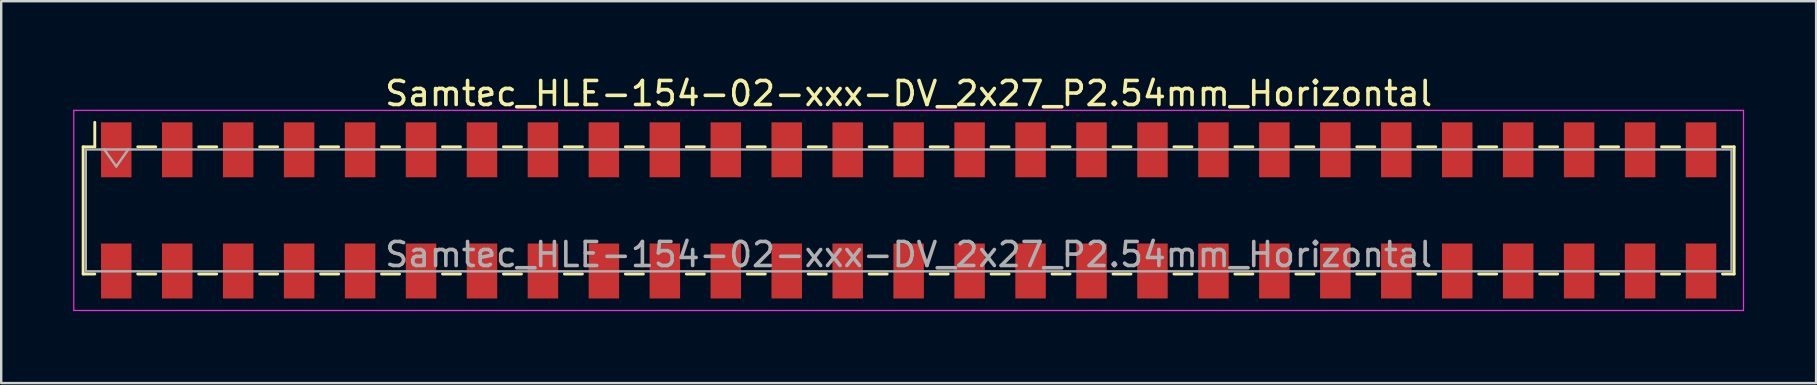
<source format=kicad_pcb>
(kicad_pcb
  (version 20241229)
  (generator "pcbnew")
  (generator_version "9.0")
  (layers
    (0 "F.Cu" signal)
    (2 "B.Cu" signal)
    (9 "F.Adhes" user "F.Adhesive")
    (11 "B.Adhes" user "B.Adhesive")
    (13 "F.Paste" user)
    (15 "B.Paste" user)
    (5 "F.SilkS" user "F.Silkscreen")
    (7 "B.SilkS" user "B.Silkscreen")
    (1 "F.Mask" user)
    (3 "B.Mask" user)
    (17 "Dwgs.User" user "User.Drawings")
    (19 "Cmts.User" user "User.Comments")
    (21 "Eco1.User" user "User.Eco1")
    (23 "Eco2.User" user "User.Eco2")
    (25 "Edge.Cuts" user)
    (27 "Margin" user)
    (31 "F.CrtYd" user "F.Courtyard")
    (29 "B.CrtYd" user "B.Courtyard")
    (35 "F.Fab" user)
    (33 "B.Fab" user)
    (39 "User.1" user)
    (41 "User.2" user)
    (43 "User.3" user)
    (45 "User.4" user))
  (footprint "Samtec_HLE-154-02-xxx-DV_2x27_P2.54mm_Horizontal"
    (layer "F.Cu")
    (at 34.815 5.718)
    (property "Reference" "Samtec_HLE-154-02-xxx-DV_2x27_P2.54mm_Horizontal" (at 0 -4.87 0) (layer "F.SilkS") (effects (font (size 1 1) (thickness 0.15))))
    (attr smd)
    (fp_line (start -34.4 -2.65) (end -34.4 2.65) (stroke (width 0.12) (type solid)) (layer "F.SilkS"))
    (fp_line (start -34.4 2.65) (end -33.915 2.65) (stroke (width 0.12) (type solid)) (layer "F.SilkS"))
    (fp_line (start -33.915 -3.67) (end -33.915 -2.65) (stroke (width 0.12) (type solid)) (layer "F.SilkS"))
    (fp_line (start -33.915 -2.65) (end -34.4 -2.65) (stroke (width 0.12) (type solid)) (layer "F.SilkS"))
    (fp_line (start -32.125 -2.65) (end -31.375 -2.65) (stroke (width 0.12) (type solid)) (layer "F.SilkS"))
    (fp_line (start -32.125 2.65) (end -31.375 2.65) (stroke (width 0.12) (type solid)) (layer "F.SilkS"))
    (fp_line (start -29.585 -2.65) (end -28.835 -2.65) (stroke (width 0.12) (type solid)) (layer "F.SilkS"))
    (fp_line (start -29.585 2.65) (end -28.835 2.65) (stroke (width 0.12) (type solid)) (layer "F.SilkS"))
    (fp_line (start -27.045 -2.65) (end -26.295 -2.65) (stroke (width 0.12) (type solid)) (layer "F.SilkS"))
    (fp_line (start -27.045 2.65) (end -26.295 2.65) (stroke (width 0.12) (type solid)) (layer "F.SilkS"))
    (fp_line (start -24.505 -2.65) (end -23.755 -2.65) (stroke (width 0.12) (type solid)) (layer "F.SilkS"))
    (fp_line (start -24.505 2.65) (end -23.755 2.65) (stroke (width 0.12) (type solid)) (layer "F.SilkS"))
    (fp_line (start -21.965 -2.65) (end -21.215 -2.65) (stroke (width 0.12) (type solid)) (layer "F.SilkS"))
    (fp_line (start -21.965 2.65) (end -21.215 2.65) (stroke (width 0.12) (type solid)) (layer "F.SilkS"))
    (fp_line (start -19.425 -2.65) (end -18.675 -2.65) (stroke (width 0.12) (type solid)) (layer "F.SilkS"))
    (fp_line (start -19.425 2.65) (end -18.675 2.65) (stroke (width 0.12) (type solid)) (layer "F.SilkS"))
    (fp_line (start -16.885 -2.65) (end -16.135 -2.65) (stroke (width 0.12) (type solid)) (layer "F.SilkS"))
    (fp_line (start -16.885 2.65) (end -16.135 2.65) (stroke (width 0.12) (type solid)) (layer "F.SilkS"))
    (fp_line (start -14.345 -2.65) (end -13.595 -2.65) (stroke (width 0.12) (type solid)) (layer "F.SilkS"))
    (fp_line (start -14.345 2.65) (end -13.595 2.65) (stroke (width 0.12) (type solid)) (layer "F.SilkS"))
    (fp_line (start -11.805 -2.65) (end -11.055 -2.65) (stroke (width 0.12) (type solid)) (layer "F.SilkS"))
    (fp_line (start -11.805 2.65) (end -11.055 2.65) (stroke (width 0.12) (type solid)) (layer "F.SilkS"))
    (fp_line (start -9.265 -2.65) (end -8.515 -2.65) (stroke (width 0.12) (type solid)) (layer "F.SilkS"))
    (fp_line (start -9.265 2.65) (end -8.515 2.65) (stroke (width 0.12) (type solid)) (layer "F.SilkS"))
    (fp_line (start -6.725 -2.65) (end -5.975 -2.65) (stroke (width 0.12) (type solid)) (layer "F.SilkS"))
    (fp_line (start -6.725 2.65) (end -5.975 2.65) (stroke (width 0.12) (type solid)) (layer "F.SilkS"))
    (fp_line (start -4.185 -2.65) (end -3.435 -2.65) (stroke (width 0.12) (type solid)) (layer "F.SilkS"))
    (fp_line (start -4.185 2.65) (end -3.435 2.65) (stroke (width 0.12) (type solid)) (layer "F.SilkS"))
    (fp_line (start -1.645 -2.65) (end -0.895 -2.65) (stroke (width 0.12) (type solid)) (layer "F.SilkS"))
    (fp_line (start -1.645 2.65) (end -0.895 2.65) (stroke (width 0.12) (type solid)) (layer "F.SilkS"))
    (fp_line (start 0.895 -2.65) (end 1.645 -2.65) (stroke (width 0.12) (type solid)) (layer "F.SilkS"))
    (fp_line (start 0.895 2.65) (end 1.645 2.65) (stroke (width 0.12) (type solid)) (layer "F.SilkS"))
    (fp_line (start 3.435 -2.65) (end 4.185 -2.65) (stroke (width 0.12) (type solid)) (layer "F.SilkS"))
    (fp_line (start 3.435 2.65) (end 4.185 2.65) (stroke (width 0.12) (type solid)) (layer "F.SilkS"))
    (fp_line (start 5.975 -2.65) (end 6.725 -2.65) (stroke (width 0.12) (type solid)) (layer "F.SilkS"))
    (fp_line (start 5.975 2.65) (end 6.725 2.65) (stroke (width 0.12) (type solid)) (layer "F.SilkS"))
    (fp_line (start 8.515 -2.65) (end 9.265 -2.65) (stroke (width 0.12) (type solid)) (layer "F.SilkS"))
    (fp_line (start 8.515 2.65) (end 9.265 2.65) (stroke (width 0.12) (type solid)) (layer "F.SilkS"))
    (fp_line (start 11.055 -2.65) (end 11.805 -2.65) (stroke (width 0.12) (type solid)) (layer "F.SilkS"))
    (fp_line (start 11.055 2.65) (end 11.805 2.65) (stroke (width 0.12) (type solid)) (layer "F.SilkS"))
    (fp_line (start 13.595 -2.65) (end 14.345 -2.65) (stroke (width 0.12) (type solid)) (layer "F.SilkS"))
    (fp_line (start 13.595 2.65) (end 14.345 2.65) (stroke (width 0.12) (type solid)) (layer "F.SilkS"))
    (fp_line (start 16.135 -2.65) (end 16.885 -2.65) (stroke (width 0.12) (type solid)) (layer "F.SilkS"))
    (fp_line (start 16.135 2.65) (end 16.885 2.65) (stroke (width 0.12) (type solid)) (layer "F.SilkS"))
    (fp_line (start 18.675 -2.65) (end 19.425 -2.65) (stroke (width 0.12) (type solid)) (layer "F.SilkS"))
    (fp_line (start 18.675 2.65) (end 19.425 2.65) (stroke (width 0.12) (type solid)) (layer "F.SilkS"))
    (fp_line (start 21.215 -2.65) (end 21.965 -2.65) (stroke (width 0.12) (type solid)) (layer "F.SilkS"))
    (fp_line (start 21.215 2.65) (end 21.965 2.65) (stroke (width 0.12) (type solid)) (layer "F.SilkS"))
    (fp_line (start 23.755 -2.65) (end 24.505 -2.65) (stroke (width 0.12) (type solid)) (layer "F.SilkS"))
    (fp_line (start 23.755 2.65) (end 24.505 2.65) (stroke (width 0.12) (type solid)) (layer "F.SilkS"))
    (fp_line (start 26.295 -2.65) (end 27.045 -2.65) (stroke (width 0.12) (type solid)) (layer "F.SilkS"))
    (fp_line (start 26.295 2.65) (end 27.045 2.65) (stroke (width 0.12) (type solid)) (layer "F.SilkS"))
    (fp_line (start 28.835 -2.65) (end 29.585 -2.65) (stroke (width 0.12) (type solid)) (layer "F.SilkS"))
    (fp_line (start 28.835 2.65) (end 29.585 2.65) (stroke (width 0.12) (type solid)) (layer "F.SilkS"))
    (fp_line (start 31.375 -2.65) (end 32.125 -2.65) (stroke (width 0.12) (type solid)) (layer "F.SilkS"))
    (fp_line (start 31.375 2.65) (end 32.125 2.65) (stroke (width 0.12) (type solid)) (layer "F.SilkS"))
    (fp_line (start 33.915 -2.65) (end 34.4 -2.65) (stroke (width 0.12) (type solid)) (layer "F.SilkS"))
    (fp_line (start 34.4 -2.65) (end 34.4 2.65) (stroke (width 0.12) (type solid)) (layer "F.SilkS"))
    (fp_line (start 34.4 2.65) (end 33.915 2.65) (stroke (width 0.12) (type solid)) (layer "F.SilkS"))
    (fp_line (start -34.79 -4.17) (end 34.79 -4.17) (stroke (width 0.05) (type solid)) (layer "F.CrtYd"))
    (fp_line (start -34.79 4.17) (end -34.79 -4.17) (stroke (width 0.05) (type solid)) (layer "F.CrtYd"))
    (fp_line (start 34.79 -4.17) (end 34.79 4.17) (stroke (width 0.05) (type solid)) (layer "F.CrtYd"))
    (fp_line (start 34.79 4.17) (end -34.79 4.17) (stroke (width 0.05) (type solid)) (layer "F.CrtYd"))
    (fp_line (start -34.29 -2.54) (end 34.29 -2.54) (stroke (width 0.1) (type solid)) (layer "F.Fab"))
    (fp_line (start -34.29 2.54) (end -34.29 -2.54) (stroke (width 0.1) (type solid)) (layer "F.Fab"))
    (fp_line (start -33.52 -2.54) (end -33.02 -1.833) (stroke (width 0.1) (type solid)) (layer "F.Fab"))
    (fp_line (start -33.02 -1.833) (end -32.52 -2.54) (stroke (width 0.1) (type solid)) (layer "F.Fab"))
    (fp_line (start 34.29 -2.54) (end 34.29 2.54) (stroke (width 0.1) (type solid)) (layer "F.Fab"))
    (fp_line (start 34.29 2.54) (end -34.29 2.54) (stroke (width 0.1) (type solid)) (layer "F.Fab"))
    (fp_text user "${REFERENCE}" (at 0 1.84 0) (layer "F.Fab") (effects (font (size 1 1) (thickness 0.15))))
    (pad "1" smd rect (at -33.02 -2.525) (size 1.27 2.29) (layers "F.Cu" "F.Mask" "F.Paste"))
    (pad "2" smd rect (at -33.02 2.525) (size 1.27 2.29) (layers "F.Cu" "F.Mask" "F.Paste"))
    (pad "3" smd rect (at -30.48 -2.525) (size 1.27 2.29) (layers "F.Cu" "F.Mask" "F.Paste"))
    (pad "4" smd rect (at -30.48 2.525) (size 1.27 2.29) (layers "F.Cu" "F.Mask" "F.Paste"))
    (pad "5" smd rect (at -27.94 -2.525) (size 1.27 2.29) (layers "F.Cu" "F.Mask" "F.Paste"))
    (pad "6" smd rect (at -27.94 2.525) (size 1.27 2.29) (layers "F.Cu" "F.Mask" "F.Paste"))
    (pad "7" smd rect (at -25.4 -2.525) (size 1.27 2.29) (layers "F.Cu" "F.Mask" "F.Paste"))
    (pad "8" smd rect (at -25.4 2.525) (size 1.27 2.29) (layers "F.Cu" "F.Mask" "F.Paste"))
    (pad "9" smd rect (at -22.86 -2.525) (size 1.27 2.29) (layers "F.Cu" "F.Mask" "F.Paste"))
    (pad "10" smd rect (at -22.86 2.525) (size 1.27 2.29) (layers "F.Cu" "F.Mask" "F.Paste"))
    (pad "11" smd rect (at -20.32 -2.525) (size 1.27 2.29) (layers "F.Cu" "F.Mask" "F.Paste"))
    (pad "12" smd rect (at -20.32 2.525) (size 1.27 2.29) (layers "F.Cu" "F.Mask" "F.Paste"))
    (pad "13" smd rect (at -17.78 -2.525) (size 1.27 2.29) (layers "F.Cu" "F.Mask" "F.Paste"))
    (pad "14" smd rect (at -17.78 2.525) (size 1.27 2.29) (layers "F.Cu" "F.Mask" "F.Paste"))
    (pad "15" smd rect (at -15.24 -2.525) (size 1.27 2.29) (layers "F.Cu" "F.Mask" "F.Paste"))
    (pad "16" smd rect (at -15.24 2.525) (size 1.27 2.29) (layers "F.Cu" "F.Mask" "F.Paste"))
    (pad "17" smd rect (at -12.7 -2.525) (size 1.27 2.29) (layers "F.Cu" "F.Mask" "F.Paste"))
    (pad "18" smd rect (at -12.7 2.525) (size 1.27 2.29) (layers "F.Cu" "F.Mask" "F.Paste"))
    (pad "19" smd rect (at -10.16 -2.525) (size 1.27 2.29) (layers "F.Cu" "F.Mask" "F.Paste"))
    (pad "20" smd rect (at -10.16 2.525) (size 1.27 2.29) (layers "F.Cu" "F.Mask" "F.Paste"))
    (pad "21" smd rect (at -7.62 -2.525) (size 1.27 2.29) (layers "F.Cu" "F.Mask" "F.Paste"))
    (pad "22" smd rect (at -7.62 2.525) (size 1.27 2.29) (layers "F.Cu" "F.Mask" "F.Paste"))
    (pad "23" smd rect (at -5.08 -2.525) (size 1.27 2.29) (layers "F.Cu" "F.Mask" "F.Paste"))
    (pad "24" smd rect (at -5.08 2.525) (size 1.27 2.29) (layers "F.Cu" "F.Mask" "F.Paste"))
    (pad "25" smd rect (at -2.54 -2.525) (size 1.27 2.29) (layers "F.Cu" "F.Mask" "F.Paste"))
    (pad "26" smd rect (at -2.54 2.525) (size 1.27 2.29) (layers "F.Cu" "F.Mask" "F.Paste"))
    (pad "27" smd rect (at 0 -2.525) (size 1.27 2.29) (layers "F.Cu" "F.Mask" "F.Paste"))
    (pad "28" smd rect (at 0 2.525) (size 1.27 2.29) (layers "F.Cu" "F.Mask" "F.Paste"))
    (pad "29" smd rect (at 2.54 -2.525) (size 1.27 2.29) (layers "F.Cu" "F.Mask" "F.Paste"))
    (pad "30" smd rect (at 2.54 2.525) (size 1.27 2.29) (layers "F.Cu" "F.Mask" "F.Paste"))
    (pad "31" smd rect (at 5.08 -2.525) (size 1.27 2.29) (layers "F.Cu" "F.Mask" "F.Paste"))
    (pad "32" smd rect (at 5.08 2.525) (size 1.27 2.29) (layers "F.Cu" "F.Mask" "F.Paste"))
    (pad "33" smd rect (at 7.62 -2.525) (size 1.27 2.29) (layers "F.Cu" "F.Mask" "F.Paste"))
    (pad "34" smd rect (at 7.62 2.525) (size 1.27 2.29) (layers "F.Cu" "F.Mask" "F.Paste"))
    (pad "35" smd rect (at 10.16 -2.525) (size 1.27 2.29) (layers "F.Cu" "F.Mask" "F.Paste"))
    (pad "36" smd rect (at 10.16 2.525) (size 1.27 2.29) (layers "F.Cu" "F.Mask" "F.Paste"))
    (pad "37" smd rect (at 12.7 -2.525) (size 1.27 2.29) (layers "F.Cu" "F.Mask" "F.Paste"))
    (pad "38" smd rect (at 12.7 2.525) (size 1.27 2.29) (layers "F.Cu" "F.Mask" "F.Paste"))
    (pad "39" smd rect (at 15.24 -2.525) (size 1.27 2.29) (layers "F.Cu" "F.Mask" "F.Paste"))
    (pad "40" smd rect (at 15.24 2.525) (size 1.27 2.29) (layers "F.Cu" "F.Mask" "F.Paste"))
    (pad "41" smd rect (at 17.78 -2.525) (size 1.27 2.29) (layers "F.Cu" "F.Mask" "F.Paste"))
    (pad "42" smd rect (at 17.78 2.525) (size 1.27 2.29) (layers "F.Cu" "F.Mask" "F.Paste"))
    (pad "43" smd rect (at 20.32 -2.525) (size 1.27 2.29) (layers "F.Cu" "F.Mask" "F.Paste"))
    (pad "44" smd rect (at 20.32 2.525) (size 1.27 2.29) (layers "F.Cu" "F.Mask" "F.Paste"))
    (pad "45" smd rect (at 22.86 -2.525) (size 1.27 2.29) (layers "F.Cu" "F.Mask" "F.Paste"))
    (pad "46" smd rect (at 22.86 2.525) (size 1.27 2.29) (layers "F.Cu" "F.Mask" "F.Paste"))
    (pad "47" smd rect (at 25.4 -2.525) (size 1.27 2.29) (layers "F.Cu" "F.Mask" "F.Paste"))
    (pad "48" smd rect (at 25.4 2.525) (size 1.27 2.29) (layers "F.Cu" "F.Mask" "F.Paste"))
    (pad "49" smd rect (at 27.94 -2.525) (size 1.27 2.29) (layers "F.Cu" "F.Mask" "F.Paste"))
    (pad "50" smd rect (at 27.94 2.525) (size 1.27 2.29) (layers "F.Cu" "F.Mask" "F.Paste"))
    (pad "51" smd rect (at 30.48 -2.525) (size 1.27 2.29) (layers "F.Cu" "F.Mask" "F.Paste"))
    (pad "52" smd rect (at 30.48 2.525) (size 1.27 2.29) (layers "F.Cu" "F.Mask" "F.Paste"))
    (pad "53" smd rect (at 33.02 -2.525) (size 1.27 2.29) (layers "F.Cu" "F.Mask" "F.Paste"))
    (pad "54" smd rect (at 33.02 2.525) (size 1.27 2.29) (layers "F.Cu" "F.Mask" "F.Paste")))
  (gr_rect
    (start -3 -3)
    (end 72.63 12.913)
    (stroke (width 0.1) (type default))
    (fill no)
    (layer "Edge.Cuts")))
</source>
